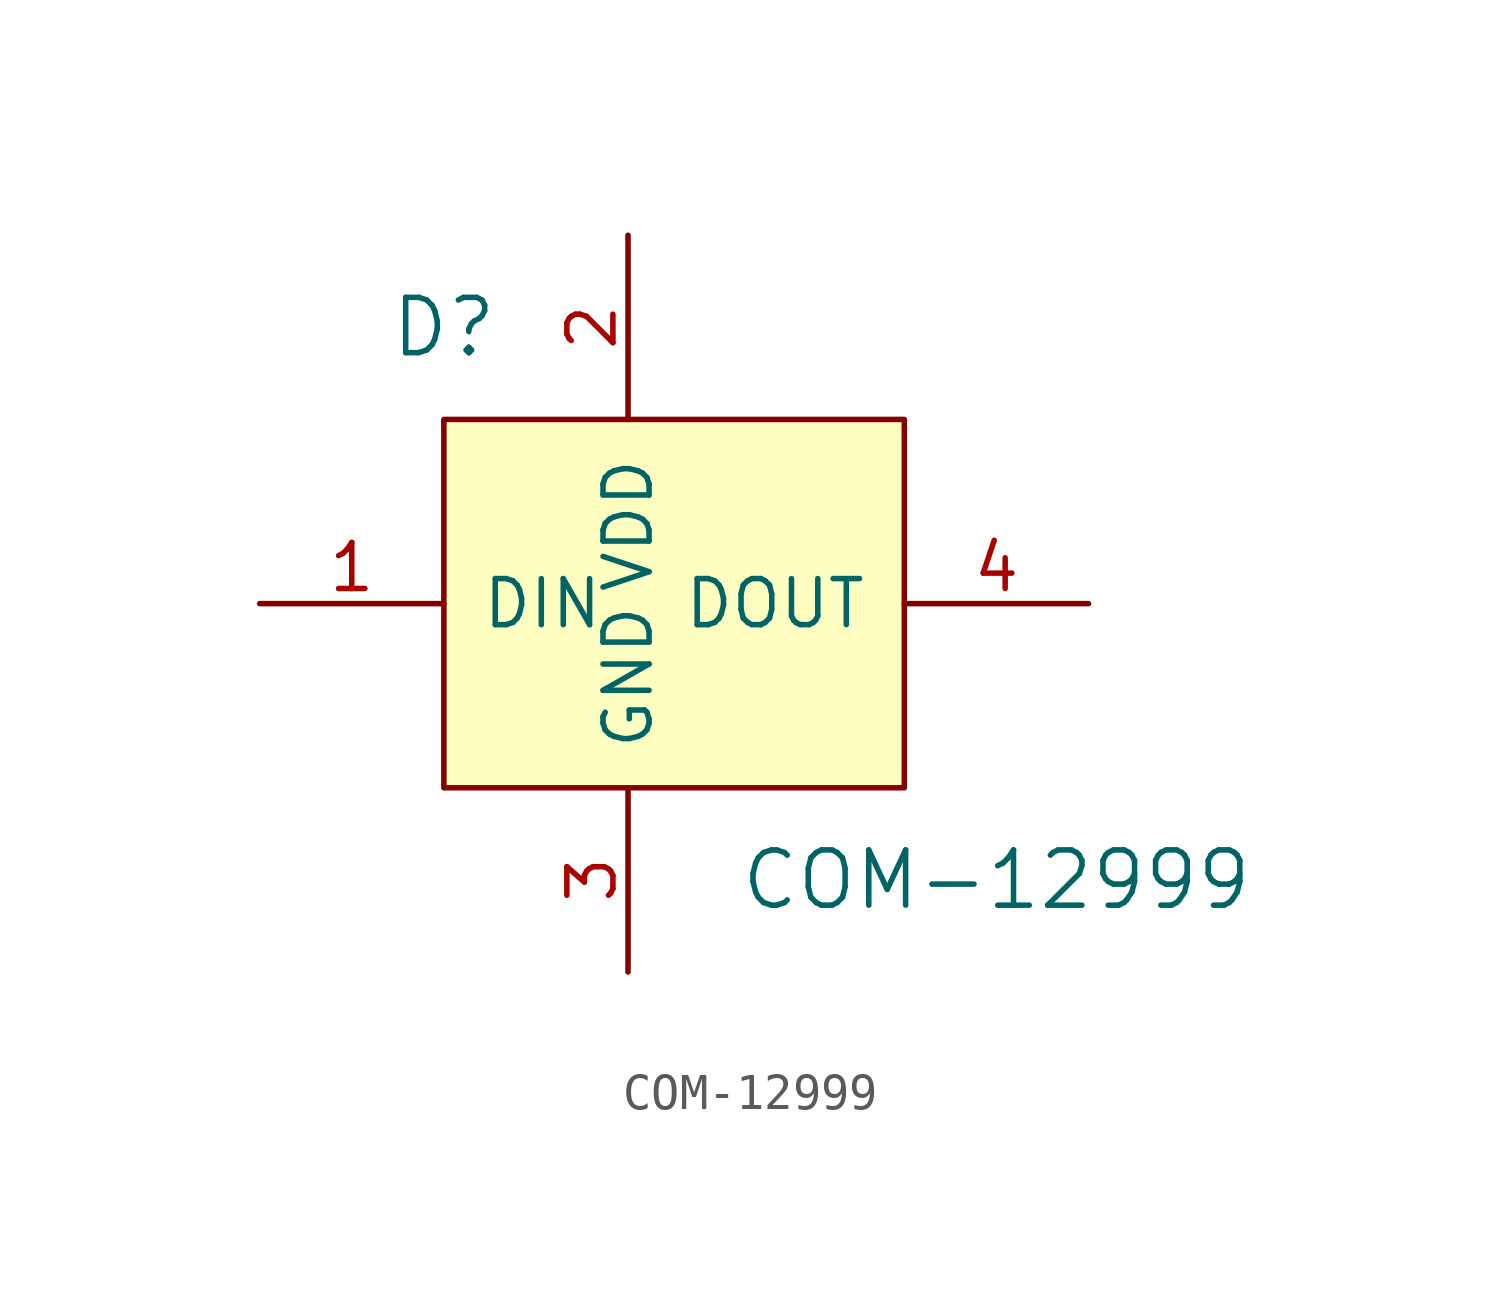
<source format=kicad_sym>
(kicad_symbol_lib
  (version 20211014)
  (generator kicad_symbol_editor)
  (symbol "COM-12999"
    (pin_names
      (offset 1.016))
    (property "Reference" "D"
      (at -7.62 7.62 0)
      (effects (font (size 1.524 1.524))))
    (property "Value" "COM-12999"
      (at 7.62 -7.62 0)
      (effects (font (size 1.524 1.524))))
    (symbol "COM-12999_0_1"
      (rectangle (start -7.62 5.08) (end 5.08 -5.08) (stroke (width 0) (type default) (color 0 0 0 0)) (fill (type background))))
    (symbol "COM-12999_1_1"
      (pin input line (at -12.7 0 0) (length 5.08) (name "DIN" (effects (font (size 1.27 1.27)))) (number "1" (effects (font (size 1.27 1.27)))))
      (pin power_in line (at -2.54 10.16 270) (length 5.08) (name "VDD" (effects (font (size 1.27 1.27)))) (number "2" (effects (font (size 1.27 1.27)))))
      (pin power_in line (at -2.54 -10.16 90) (length 5.08) (name "GND" (effects (font (size 1.27 1.27)))) (number "3" (effects (font (size 1.27 1.27)))))
      (pin output line (at 10.16 0 180) (length 5.08) (name "DOUT" (effects (font (size 1.27 1.27)))) (number "4" (effects (font (size 1.27 1.27))))))))
</source>
